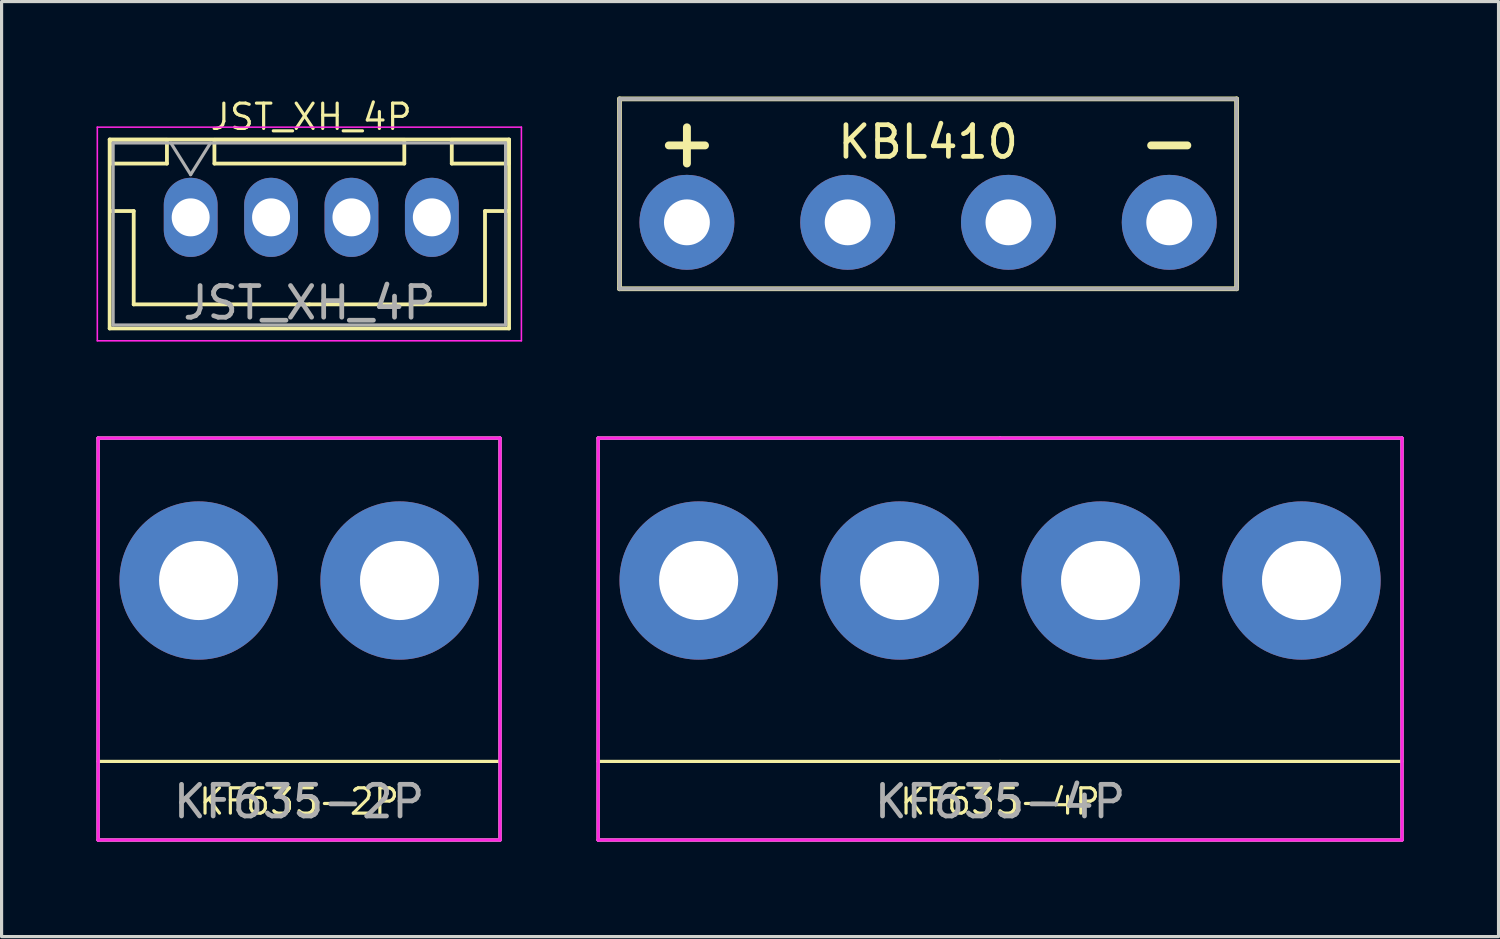
<source format=kicad_pcb>
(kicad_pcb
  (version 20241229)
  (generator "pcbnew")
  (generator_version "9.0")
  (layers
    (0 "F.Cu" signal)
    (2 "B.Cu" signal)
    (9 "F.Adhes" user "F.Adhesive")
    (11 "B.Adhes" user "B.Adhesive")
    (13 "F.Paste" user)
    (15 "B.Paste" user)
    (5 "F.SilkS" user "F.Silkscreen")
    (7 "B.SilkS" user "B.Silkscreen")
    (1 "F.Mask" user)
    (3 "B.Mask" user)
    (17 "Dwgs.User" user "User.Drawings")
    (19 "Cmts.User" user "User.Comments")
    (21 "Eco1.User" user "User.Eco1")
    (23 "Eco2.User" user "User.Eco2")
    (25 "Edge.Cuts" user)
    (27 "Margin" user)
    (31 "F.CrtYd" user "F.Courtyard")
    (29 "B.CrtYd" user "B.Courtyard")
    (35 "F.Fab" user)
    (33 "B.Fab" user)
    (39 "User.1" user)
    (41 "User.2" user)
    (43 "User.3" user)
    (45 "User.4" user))
  (footprint "JST_XH_4P"
    (layer "F.Cu")
    (at 6.785 3.818)
    (property "Reference" "JST_XH_4P" (at 0 -3.175 0) (layer "F.SilkS") (effects (font (size 0.8 0.8) (thickness 0.1))))
    (attr through_hole)
    (fp_line (start -6.37 -2.46) (end -6.37 3.51) (stroke (width 0.12) (type solid)) (layer "F.SilkS"))
    (fp_line (start -6.37 3.51) (end 6.25 3.51) (stroke (width 0.12) (type solid)) (layer "F.SilkS"))
    (fp_line (start -6.36 -2.45) (end -6.36 -1.7) (stroke (width 0.12) (type solid)) (layer "F.SilkS"))
    (fp_line (start -6.36 -1.7) (end -4.56 -1.7) (stroke (width 0.12) (type solid)) (layer "F.SilkS"))
    (fp_line (start -6.36 -0.2) (end -5.61 -0.2) (stroke (width 0.12) (type solid)) (layer "F.SilkS"))
    (fp_line (start -5.61 -0.2) (end -5.61 2.75) (stroke (width 0.12) (type solid)) (layer "F.SilkS"))
    (fp_line (start -5.61 2.75) (end -0.06 2.75) (stroke (width 0.12) (type solid)) (layer "F.SilkS"))
    (fp_line (start -4.56 -2.45) (end -6.36 -2.45) (stroke (width 0.12) (type solid)) (layer "F.SilkS"))
    (fp_line (start -4.56 -1.7) (end -4.56 -2.45) (stroke (width 0.12) (type solid)) (layer "F.SilkS"))
    (fp_line (start -3.06 -2.45) (end -3.06 -1.7) (stroke (width 0.12) (type solid)) (layer "F.SilkS"))
    (fp_line (start -3.06 -1.7) (end 2.94 -1.7) (stroke (width 0.12) (type solid)) (layer "F.SilkS"))
    (fp_line (start 2.94 -2.45) (end -3.06 -2.45) (stroke (width 0.12) (type solid)) (layer "F.SilkS"))
    (fp_line (start 2.94 -1.7) (end 2.94 -2.45) (stroke (width 0.12) (type solid)) (layer "F.SilkS"))
    (fp_line (start 4.44 -2.45) (end 4.44 -1.7) (stroke (width 0.12) (type solid)) (layer "F.SilkS"))
    (fp_line (start 4.44 -1.7) (end 6.24 -1.7) (stroke (width 0.12) (type solid)) (layer "F.SilkS"))
    (fp_line (start 5.49 -0.2) (end 5.49 2.75) (stroke (width 0.12) (type solid)) (layer "F.SilkS"))
    (fp_line (start 5.49 2.75) (end -0.06 2.75) (stroke (width 0.12) (type solid)) (layer "F.SilkS"))
    (fp_line (start 6.24 -2.45) (end 4.44 -2.45) (stroke (width 0.12) (type solid)) (layer "F.SilkS"))
    (fp_line (start 6.24 -1.7) (end 6.24 -2.45) (stroke (width 0.12) (type solid)) (layer "F.SilkS"))
    (fp_line (start 6.24 -0.2) (end 5.49 -0.2) (stroke (width 0.12) (type solid)) (layer "F.SilkS"))
    (fp_line (start 6.25 -2.46) (end -6.37 -2.46) (stroke (width 0.12) (type solid)) (layer "F.SilkS"))
    (fp_line (start 6.25 3.51) (end 6.25 -2.46) (stroke (width 0.12) (type solid)) (layer "F.SilkS"))
    (fp_line (start -6.76 -2.85) (end -6.76 3.9) (stroke (width 0.05) (type solid)) (layer "F.CrtYd"))
    (fp_line (start -6.76 3.9) (end 6.64 3.9) (stroke (width 0.05) (type solid)) (layer "F.CrtYd"))
    (fp_line (start 6.64 -2.85) (end -6.76 -2.85) (stroke (width 0.05) (type solid)) (layer "F.CrtYd"))
    (fp_line (start 6.64 3.9) (end 6.64 -2.85) (stroke (width 0.05) (type solid)) (layer "F.CrtYd"))
    (fp_line (start -6.26 -2.35) (end -6.26 3.4) (stroke (width 0.1) (type solid)) (layer "F.Fab"))
    (fp_line (start -6.26 3.4) (end 6.14 3.4) (stroke (width 0.1) (type solid)) (layer "F.Fab"))
    (fp_line (start -4.435 -2.35) (end -3.81 -1.35) (stroke (width 0.1) (type solid)) (layer "F.Fab"))
    (fp_line (start -3.81 -1.35) (end -3.185 -2.35) (stroke (width 0.1) (type solid)) (layer "F.Fab"))
    (fp_line (start 6.14 -2.35) (end -6.26 -2.35) (stroke (width 0.1) (type solid)) (layer "F.Fab"))
    (fp_line (start 6.14 3.4) (end 6.14 -2.35) (stroke (width 0.1) (type solid)) (layer "F.Fab"))
    (fp_text user "${REFERENCE}" (at -0.06 2.7 0) (layer "F.Fab") (effects (font (size 1 1) (thickness 0.15))))
    (pad "1" thru_hole oval (at -3.81 0) (size 1.7 2.5) (drill 1.2) (layers "*.Cu" "*.Mask"))
    (pad "2" thru_hole oval (at -1.27 0) (size 1.7 2.5) (drill 1.2) (layers "*.Cu" "*.Mask"))
    (pad "3" thru_hole oval (at 1.27 0) (size 1.7 2.5) (drill 1.2) (layers "*.Cu" "*.Mask"))
    (pad "4" thru_hole oval (at 3.81 0) (size 1.7 2.5) (drill 1.2) (layers "*.Cu" "*.Mask")))
  (footprint "KBL410"
    (layer "F.Cu")
    (at 26.275 3.975)
    (property "Reference" "KBL410" (at 0 -2.54 0) (layer "F.SilkS") (effects (font (size 1 1) (thickness 0.15))))
    (attr through_hole)
    (fp_line (start -9.75 -3.9) (end 9.75 -3.9) (stroke (width 0.15) (type solid)) (layer "F.SilkS"))
    (fp_line (start -9.75 2.1) (end -9.75 -3.9) (stroke (width 0.15) (type solid)) (layer "F.SilkS"))
    (fp_line (start 9.75 -3.9) (end 9.75 2.1) (stroke (width 0.15) (type solid)) (layer "F.SilkS"))
    (fp_line (start 9.75 2.1) (end -9.75 2.1) (stroke (width 0.15) (type solid)) (layer "F.SilkS"))
    (fp_line (start -9.75 -3.9) (end -9.75 2.1) (stroke (width 0.12) (type solid)) (layer "F.Fab"))
    (fp_line (start -9.75 2.1) (end 9.75 2.1) (stroke (width 0.12) (type solid)) (layer "F.Fab"))
    (fp_line (start 9.75 -3.9) (end -9.75 -3.9) (stroke (width 0.12) (type solid)) (layer "F.Fab"))
    (fp_line (start 9.75 2.1) (end 9.75 -3.9) (stroke (width 0.12) (type solid)) (layer "F.Fab"))
    (fp_text user "-" (at 7.62 -2.54 0) (layer "F.SilkS") (effects (font (size 1.5 1.5) (thickness 0.25))))
    (fp_text user "+" (at -7.62 -2.54 0) (layer "F.SilkS") (effects (font (size 1.5 1.5) (thickness 0.25))))
    (pad "1" thru_hole circle (at -7.62 0) (size 3 3) (drill 1.45) (layers "*.Cu" "*.Mask"))
    (pad "2" thru_hole circle (at -2.54 0) (size 3 3) (drill 1.45) (layers "*.Cu" "*.Mask"))
    (pad "3" thru_hole circle (at 2.54 0) (size 3 3) (drill 1.45) (layers "*.Cu" "*.Mask"))
    (pad "4" thru_hole circle (at 7.62 0) (size 3 3) (drill 1.45) (layers "*.Cu" "*.Mask")))
  (footprint "KF635-4P"
    (layer "F.Cu")
    (at 28.55 15.293)
    (property "Reference" "KF635-4P" (at 0 6.985 0) (layer "F.Fab") (effects (font (size 1 1) (thickness 0.15))))
    (attr through_hole)
    (fp_line (start -12.7 -4.5) (end 0 -4.5) (stroke (width 0.1) (type solid)) (layer "F.SilkS"))
    (fp_line (start -12.7 5.715) (end 0 5.715) (stroke (width 0.1) (type solid)) (layer "F.SilkS"))
    (fp_line (start -12.7 8.2) (end -12.7 -4.5) (stroke (width 0.1) (type solid)) (layer "F.SilkS"))
    (fp_line (start 0 -4.5) (end 12.7 -4.5) (stroke (width 0.1) (type solid)) (layer "F.SilkS"))
    (fp_line (start 0 5.715) (end 12.7 5.715) (stroke (width 0.1) (type solid)) (layer "F.SilkS"))
    (fp_line (start 0 8.2) (end -12.7 8.2) (stroke (width 0.1) (type solid)) (layer "F.SilkS"))
    (fp_line (start 12.7 -4.5) (end 12.7 8.2) (stroke (width 0.1) (type solid)) (layer "F.SilkS"))
    (fp_line (start 12.7 8.2) (end 0 8.2) (stroke (width 0.1) (type solid)) (layer "F.SilkS"))
    (fp_line (start -12.7 -4.5) (end 0 -4.5) (stroke (width 0.1) (type solid)) (layer "F.CrtYd"))
    (fp_line (start -12.7 8.2) (end -12.7 -4.5) (stroke (width 0.1) (type solid)) (layer "F.CrtYd"))
    (fp_line (start 0 -4.5) (end 12.7 -4.5) (stroke (width 0.1) (type solid)) (layer "F.CrtYd"))
    (fp_line (start 0 8.2) (end -12.7 8.2) (stroke (width 0.1) (type solid)) (layer "F.CrtYd"))
    (fp_line (start 12.7 -4.5) (end 12.7 8.2) (stroke (width 0.1) (type solid)) (layer "F.CrtYd"))
    (fp_line (start 12.7 8.2) (end 0 8.2) (stroke (width 0.1) (type solid)) (layer "F.CrtYd"))
    (fp_line (start -12.7 -4.5) (end 0 -4.5) (stroke (width 0.1) (type solid)) (layer "F.Fab"))
    (fp_line (start -12.7 8.2) (end -12.7 -4.5) (stroke (width 0.1) (type solid)) (layer "F.Fab"))
    (fp_line (start 0 -4.5) (end 12.7 -4.5) (stroke (width 0.1) (type solid)) (layer "F.Fab"))
    (fp_line (start 0 8.2) (end -12.7 8.2) (stroke (width 0.1) (type solid)) (layer "F.Fab"))
    (fp_line (start 12.7 -4.5) (end 12.7 8.2) (stroke (width 0.1) (type solid)) (layer "F.Fab"))
    (fp_line (start 12.7 8.2) (end 0 8.2) (stroke (width 0.1) (type solid)) (layer "F.Fab"))
    (fp_text user "${REFERENCE}" (at 0 6.985 0) (layer "F.SilkS") (effects (font (size 0.8 0.8) (thickness 0.1))))
    (pad "1" thru_hole circle (at -9.525 0) (size 5 5) (drill 2.5) (layers "*.Cu" "*.Mask"))
    (pad "2" thru_hole circle (at -3.175 0) (size 5 5) (drill 2.5) (layers "*.Cu" "*.Mask"))
    (pad "3" thru_hole circle (at 3.175 0) (size 5 5) (drill 2.5) (layers "*.Cu" "*.Mask"))
    (pad "4" thru_hole circle (at 9.525 0) (size 5 5) (drill 2.5) (layers "*.Cu" "*.Mask")))
  (footprint "KF635-2P"
    (layer "F.Cu")
    (at 6.4 15.293)
    (property "Reference" "KF635-2P" (at 0 6.985 0) (layer "F.Fab") (effects (font (size 1 1) (thickness 0.15))))
    (attr through_hole)
    (fp_line (start -6.35 -4.5) (end 6.35 -4.5) (stroke (width 0.1) (type solid)) (layer "F.SilkS"))
    (fp_line (start -6.35 5.715) (end 6.35 5.715) (stroke (width 0.1) (type solid)) (layer "F.SilkS"))
    (fp_line (start -6.35 8.2) (end -6.35 -4.5) (stroke (width 0.1) (type solid)) (layer "F.SilkS"))
    (fp_line (start 6.35 -4.5) (end 6.35 8.2) (stroke (width 0.1) (type solid)) (layer "F.SilkS"))
    (fp_line (start 6.35 8.2) (end -6.35 8.2) (stroke (width 0.1) (type solid)) (layer "F.SilkS"))
    (fp_line (start -6.35 -4.5) (end 6.35 -4.5) (stroke (width 0.1) (type solid)) (layer "F.CrtYd"))
    (fp_line (start -6.35 8.2) (end -6.35 -4.5) (stroke (width 0.1) (type solid)) (layer "F.CrtYd"))
    (fp_line (start 6.35 -4.5) (end 6.35 8.2) (stroke (width 0.1) (type solid)) (layer "F.CrtYd"))
    (fp_line (start 6.35 8.2) (end -6.35 8.2) (stroke (width 0.1) (type solid)) (layer "F.CrtYd"))
    (fp_line (start -6.35 -4.5) (end 6.35 -4.5) (stroke (width 0.1) (type solid)) (layer "F.Fab"))
    (fp_line (start -6.35 8.2) (end -6.35 -4.5) (stroke (width 0.1) (type solid)) (layer "F.Fab"))
    (fp_line (start 6.35 -4.5) (end 6.35 8.2) (stroke (width 0.1) (type solid)) (layer "F.Fab"))
    (fp_line (start 6.35 8.2) (end -6.35 8.2) (stroke (width 0.1) (type solid)) (layer "F.Fab"))
    (fp_text user "${REFERENCE}" (at 0 6.985 0) (layer "F.SilkS") (effects (font (size 0.8 0.8) (thickness 0.1))))
    (pad "1" thru_hole circle (at -3.175 0) (size 5 5) (drill 2.5) (layers "*.Cu" "*.Mask"))
    (pad "2" thru_hole circle (at 3.175 0) (size 5 5) (drill 2.5) (layers "*.Cu" "*.Mask")))
  (gr_rect
    (start -3 -3)
    (end 44.3 26.544)
    (stroke (width 0.1) (type default))
    (fill no)
    (layer "Edge.Cuts")))
</source>
